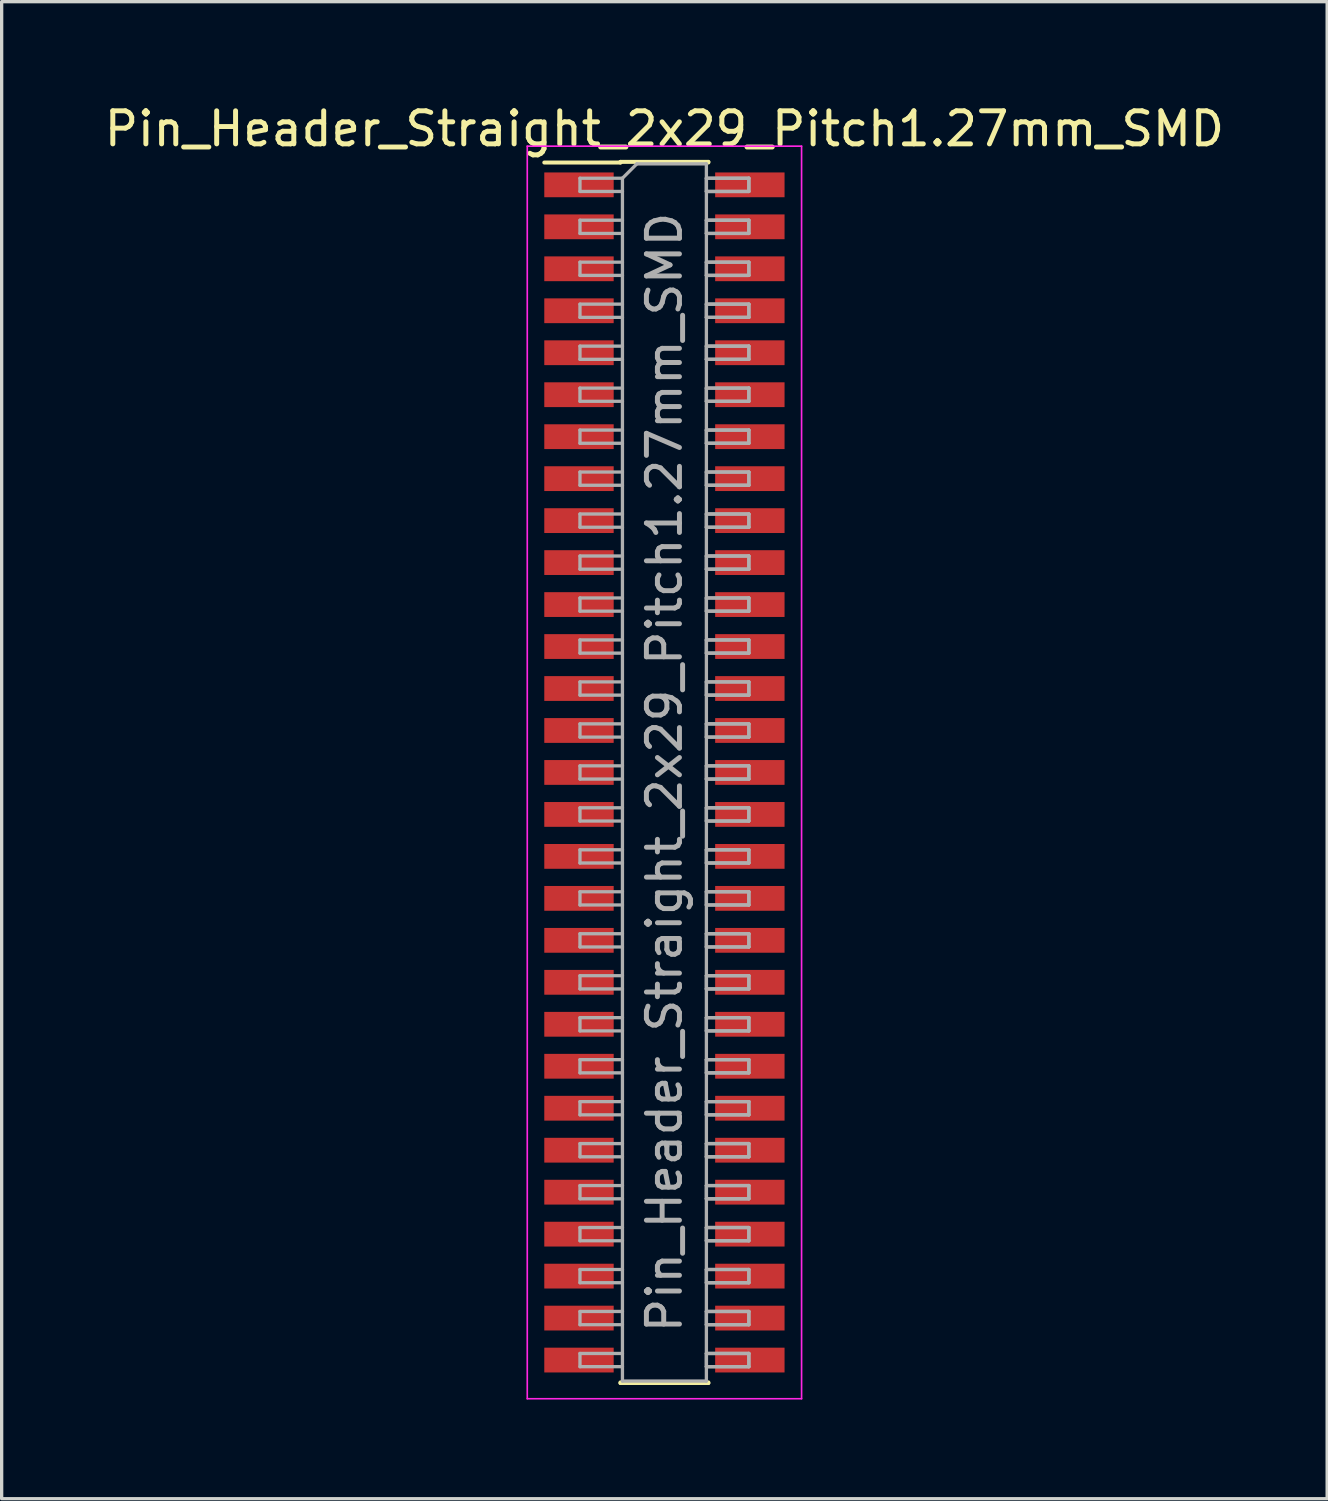
<source format=kicad_pcb>
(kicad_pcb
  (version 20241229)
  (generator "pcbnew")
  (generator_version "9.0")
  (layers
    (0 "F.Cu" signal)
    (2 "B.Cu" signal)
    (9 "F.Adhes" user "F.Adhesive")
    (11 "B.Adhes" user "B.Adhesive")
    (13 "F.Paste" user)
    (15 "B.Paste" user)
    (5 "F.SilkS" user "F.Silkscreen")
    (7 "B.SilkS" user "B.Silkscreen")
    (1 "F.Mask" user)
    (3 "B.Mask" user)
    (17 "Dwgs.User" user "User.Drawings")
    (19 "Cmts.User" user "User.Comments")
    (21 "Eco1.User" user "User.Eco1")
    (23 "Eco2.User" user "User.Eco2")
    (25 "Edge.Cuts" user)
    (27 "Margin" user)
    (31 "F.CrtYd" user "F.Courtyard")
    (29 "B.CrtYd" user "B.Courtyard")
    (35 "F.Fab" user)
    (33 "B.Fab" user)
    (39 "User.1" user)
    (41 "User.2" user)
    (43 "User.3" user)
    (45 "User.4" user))
  (footprint "Pin_Header_Straight_2x29_Pitch1.27mm_SMD"
    (layer "F.Cu")
    (at 17.054 20.323)
    (property "Reference" "Pin_Header_Straight_2x29_Pitch1.27mm_SMD" (at 0 -19.475 0) (layer "F.SilkS") (effects (font (size 1 1) (thickness 0.15))))
    (attr smd)
    (fp_line (start -3.635 -18.455) (end -1.33 -18.455) (stroke (width 0.12) (type solid)) (layer "F.SilkS"))
    (fp_line (start -1.33 -18.475) (end 1.33 -18.475) (stroke (width 0.12) (type solid)) (layer "F.SilkS"))
    (fp_line (start -1.33 -18.455) (end -1.33 -18.475) (stroke (width 0.12) (type solid)) (layer "F.SilkS"))
    (fp_line (start -1.33 18.455) (end -1.33 18.475) (stroke (width 0.12) (type solid)) (layer "F.SilkS"))
    (fp_line (start -1.33 18.475) (end 1.33 18.475) (stroke (width 0.12) (type solid)) (layer "F.SilkS"))
    (fp_line (start 1.33 -18.475) (end 1.33 -18.455) (stroke (width 0.12) (type solid)) (layer "F.SilkS"))
    (fp_line (start 1.33 18.475) (end 1.33 18.455) (stroke (width 0.12) (type solid)) (layer "F.SilkS"))
    (fp_line (start -4.15 -18.95) (end -4.15 18.95) (stroke (width 0.05) (type solid)) (layer "F.CrtYd"))
    (fp_line (start -4.15 18.95) (end 4.15 18.95) (stroke (width 0.05) (type solid)) (layer "F.CrtYd"))
    (fp_line (start 4.15 -18.95) (end -4.15 -18.95) (stroke (width 0.05) (type solid)) (layer "F.CrtYd"))
    (fp_line (start 4.15 18.95) (end 4.15 -18.95) (stroke (width 0.05) (type solid)) (layer "F.CrtYd"))
    (fp_line (start -2.555 -17.98) (end -2.555 -17.58) (stroke (width 0.1) (type solid)) (layer "F.Fab"))
    (fp_line (start -2.555 -17.58) (end -1.27 -17.58) (stroke (width 0.1) (type solid)) (layer "F.Fab"))
    (fp_line (start -2.555 -16.71) (end -2.555 -16.31) (stroke (width 0.1) (type solid)) (layer "F.Fab"))
    (fp_line (start -2.555 -16.31) (end -1.27 -16.31) (stroke (width 0.1) (type solid)) (layer "F.Fab"))
    (fp_line (start -2.555 -15.44) (end -2.555 -15.04) (stroke (width 0.1) (type solid)) (layer "F.Fab"))
    (fp_line (start -2.555 -15.04) (end -1.27 -15.04) (stroke (width 0.1) (type solid)) (layer "F.Fab"))
    (fp_line (start -2.555 -14.17) (end -2.555 -13.77) (stroke (width 0.1) (type solid)) (layer "F.Fab"))
    (fp_line (start -2.555 -13.77) (end -1.27 -13.77) (stroke (width 0.1) (type solid)) (layer "F.Fab"))
    (fp_line (start -2.555 -12.9) (end -2.555 -12.5) (stroke (width 0.1) (type solid)) (layer "F.Fab"))
    (fp_line (start -2.555 -12.5) (end -1.27 -12.5) (stroke (width 0.1) (type solid)) (layer "F.Fab"))
    (fp_line (start -2.555 -11.63) (end -2.555 -11.23) (stroke (width 0.1) (type solid)) (layer "F.Fab"))
    (fp_line (start -2.555 -11.23) (end -1.27 -11.23) (stroke (width 0.1) (type solid)) (layer "F.Fab"))
    (fp_line (start -2.555 -10.36) (end -2.555 -9.96) (stroke (width 0.1) (type solid)) (layer "F.Fab"))
    (fp_line (start -2.555 -9.96) (end -1.27 -9.96) (stroke (width 0.1) (type solid)) (layer "F.Fab"))
    (fp_line (start -2.555 -9.09) (end -2.555 -8.69) (stroke (width 0.1) (type solid)) (layer "F.Fab"))
    (fp_line (start -2.555 -8.69) (end -1.27 -8.69) (stroke (width 0.1) (type solid)) (layer "F.Fab"))
    (fp_line (start -2.555 -7.82) (end -2.555 -7.42) (stroke (width 0.1) (type solid)) (layer "F.Fab"))
    (fp_line (start -2.555 -7.42) (end -1.27 -7.42) (stroke (width 0.1) (type solid)) (layer "F.Fab"))
    (fp_line (start -2.555 -6.55) (end -2.555 -6.15) (stroke (width 0.1) (type solid)) (layer "F.Fab"))
    (fp_line (start -2.555 -6.15) (end -1.27 -6.15) (stroke (width 0.1) (type solid)) (layer "F.Fab"))
    (fp_line (start -2.555 -5.28) (end -2.555 -4.88) (stroke (width 0.1) (type solid)) (layer "F.Fab"))
    (fp_line (start -2.555 -4.88) (end -1.27 -4.88) (stroke (width 0.1) (type solid)) (layer "F.Fab"))
    (fp_line (start -2.555 -4.01) (end -2.555 -3.61) (stroke (width 0.1) (type solid)) (layer "F.Fab"))
    (fp_line (start -2.555 -3.61) (end -1.27 -3.61) (stroke (width 0.1) (type solid)) (layer "F.Fab"))
    (fp_line (start -2.555 -2.74) (end -2.555 -2.34) (stroke (width 0.1) (type solid)) (layer "F.Fab"))
    (fp_line (start -2.555 -2.34) (end -1.27 -2.34) (stroke (width 0.1) (type solid)) (layer "F.Fab"))
    (fp_line (start -2.555 -1.47) (end -2.555 -1.07) (stroke (width 0.1) (type solid)) (layer "F.Fab"))
    (fp_line (start -2.555 -1.07) (end -1.27 -1.07) (stroke (width 0.1) (type solid)) (layer "F.Fab"))
    (fp_line (start -2.555 -0.2) (end -2.555 0.2) (stroke (width 0.1) (type solid)) (layer "F.Fab"))
    (fp_line (start -2.555 0.2) (end -1.27 0.2) (stroke (width 0.1) (type solid)) (layer "F.Fab"))
    (fp_line (start -2.555 1.07) (end -2.555 1.47) (stroke (width 0.1) (type solid)) (layer "F.Fab"))
    (fp_line (start -2.555 1.47) (end -1.27 1.47) (stroke (width 0.1) (type solid)) (layer "F.Fab"))
    (fp_line (start -2.555 2.34) (end -2.555 2.74) (stroke (width 0.1) (type solid)) (layer "F.Fab"))
    (fp_line (start -2.555 2.74) (end -1.27 2.74) (stroke (width 0.1) (type solid)) (layer "F.Fab"))
    (fp_line (start -2.555 3.61) (end -2.555 4.01) (stroke (width 0.1) (type solid)) (layer "F.Fab"))
    (fp_line (start -2.555 4.01) (end -1.27 4.01) (stroke (width 0.1) (type solid)) (layer "F.Fab"))
    (fp_line (start -2.555 4.88) (end -2.555 5.28) (stroke (width 0.1) (type solid)) (layer "F.Fab"))
    (fp_line (start -2.555 5.28) (end -1.27 5.28) (stroke (width 0.1) (type solid)) (layer "F.Fab"))
    (fp_line (start -2.555 6.15) (end -2.555 6.55) (stroke (width 0.1) (type solid)) (layer "F.Fab"))
    (fp_line (start -2.555 6.55) (end -1.27 6.55) (stroke (width 0.1) (type solid)) (layer "F.Fab"))
    (fp_line (start -2.555 7.42) (end -2.555 7.82) (stroke (width 0.1) (type solid)) (layer "F.Fab"))
    (fp_line (start -2.555 7.82) (end -1.27 7.82) (stroke (width 0.1) (type solid)) (layer "F.Fab"))
    (fp_line (start -2.555 8.69) (end -2.555 9.09) (stroke (width 0.1) (type solid)) (layer "F.Fab"))
    (fp_line (start -2.555 9.09) (end -1.27 9.09) (stroke (width 0.1) (type solid)) (layer "F.Fab"))
    (fp_line (start -2.555 9.96) (end -2.555 10.36) (stroke (width 0.1) (type solid)) (layer "F.Fab"))
    (fp_line (start -2.555 10.36) (end -1.27 10.36) (stroke (width 0.1) (type solid)) (layer "F.Fab"))
    (fp_line (start -2.555 11.23) (end -2.555 11.63) (stroke (width 0.1) (type solid)) (layer "F.Fab"))
    (fp_line (start -2.555 11.63) (end -1.27 11.63) (stroke (width 0.1) (type solid)) (layer "F.Fab"))
    (fp_line (start -2.555 12.5) (end -2.555 12.9) (stroke (width 0.1) (type solid)) (layer "F.Fab"))
    (fp_line (start -2.555 12.9) (end -1.27 12.9) (stroke (width 0.1) (type solid)) (layer "F.Fab"))
    (fp_line (start -2.555 13.77) (end -2.555 14.17) (stroke (width 0.1) (type solid)) (layer "F.Fab"))
    (fp_line (start -2.555 14.17) (end -1.27 14.17) (stroke (width 0.1) (type solid)) (layer "F.Fab"))
    (fp_line (start -2.555 15.04) (end -2.555 15.44) (stroke (width 0.1) (type solid)) (layer "F.Fab"))
    (fp_line (start -2.555 15.44) (end -1.27 15.44) (stroke (width 0.1) (type solid)) (layer "F.Fab"))
    (fp_line (start -2.555 16.31) (end -2.555 16.71) (stroke (width 0.1) (type solid)) (layer "F.Fab"))
    (fp_line (start -2.555 16.71) (end -1.27 16.71) (stroke (width 0.1) (type solid)) (layer "F.Fab"))
    (fp_line (start -2.555 17.58) (end -2.555 17.98) (stroke (width 0.1) (type solid)) (layer "F.Fab"))
    (fp_line (start -2.555 17.98) (end -1.27 17.98) (stroke (width 0.1) (type solid)) (layer "F.Fab"))
    (fp_line (start -1.27 -17.98) (end -2.555 -17.98) (stroke (width 0.1) (type solid)) (layer "F.Fab"))
    (fp_line (start -1.27 -17.98) (end -0.835 -18.415) (stroke (width 0.1) (type solid)) (layer "F.Fab"))
    (fp_line (start -1.27 -16.71) (end -2.555 -16.71) (stroke (width 0.1) (type solid)) (layer "F.Fab"))
    (fp_line (start -1.27 -15.44) (end -2.555 -15.44) (stroke (width 0.1) (type solid)) (layer "F.Fab"))
    (fp_line (start -1.27 -14.17) (end -2.555 -14.17) (stroke (width 0.1) (type solid)) (layer "F.Fab"))
    (fp_line (start -1.27 -12.9) (end -2.555 -12.9) (stroke (width 0.1) (type solid)) (layer "F.Fab"))
    (fp_line (start -1.27 -11.63) (end -2.555 -11.63) (stroke (width 0.1) (type solid)) (layer "F.Fab"))
    (fp_line (start -1.27 -10.36) (end -2.555 -10.36) (stroke (width 0.1) (type solid)) (layer "F.Fab"))
    (fp_line (start -1.27 -9.09) (end -2.555 -9.09) (stroke (width 0.1) (type solid)) (layer "F.Fab"))
    (fp_line (start -1.27 -7.82) (end -2.555 -7.82) (stroke (width 0.1) (type solid)) (layer "F.Fab"))
    (fp_line (start -1.27 -6.55) (end -2.555 -6.55) (stroke (width 0.1) (type solid)) (layer "F.Fab"))
    (fp_line (start -1.27 -5.28) (end -2.555 -5.28) (stroke (width 0.1) (type solid)) (layer "F.Fab"))
    (fp_line (start -1.27 -4.01) (end -2.555 -4.01) (stroke (width 0.1) (type solid)) (layer "F.Fab"))
    (fp_line (start -1.27 -2.74) (end -2.555 -2.74) (stroke (width 0.1) (type solid)) (layer "F.Fab"))
    (fp_line (start -1.27 -1.47) (end -2.555 -1.47) (stroke (width 0.1) (type solid)) (layer "F.Fab"))
    (fp_line (start -1.27 -0.2) (end -2.555 -0.2) (stroke (width 0.1) (type solid)) (layer "F.Fab"))
    (fp_line (start -1.27 1.07) (end -2.555 1.07) (stroke (width 0.1) (type solid)) (layer "F.Fab"))
    (fp_line (start -1.27 2.34) (end -2.555 2.34) (stroke (width 0.1) (type solid)) (layer "F.Fab"))
    (fp_line (start -1.27 3.61) (end -2.555 3.61) (stroke (width 0.1) (type solid)) (layer "F.Fab"))
    (fp_line (start -1.27 4.88) (end -2.555 4.88) (stroke (width 0.1) (type solid)) (layer "F.Fab"))
    (fp_line (start -1.27 6.15) (end -2.555 6.15) (stroke (width 0.1) (type solid)) (layer "F.Fab"))
    (fp_line (start -1.27 7.42) (end -2.555 7.42) (stroke (width 0.1) (type solid)) (layer "F.Fab"))
    (fp_line (start -1.27 8.69) (end -2.555 8.69) (stroke (width 0.1) (type solid)) (layer "F.Fab"))
    (fp_line (start -1.27 9.96) (end -2.555 9.96) (stroke (width 0.1) (type solid)) (layer "F.Fab"))
    (fp_line (start -1.27 11.23) (end -2.555 11.23) (stroke (width 0.1) (type solid)) (layer "F.Fab"))
    (fp_line (start -1.27 12.5) (end -2.555 12.5) (stroke (width 0.1) (type solid)) (layer "F.Fab"))
    (fp_line (start -1.27 13.77) (end -2.555 13.77) (stroke (width 0.1) (type solid)) (layer "F.Fab"))
    (fp_line (start -1.27 15.04) (end -2.555 15.04) (stroke (width 0.1) (type solid)) (layer "F.Fab"))
    (fp_line (start -1.27 16.31) (end -2.555 16.31) (stroke (width 0.1) (type solid)) (layer "F.Fab"))
    (fp_line (start -1.27 17.58) (end -2.555 17.58) (stroke (width 0.1) (type solid)) (layer "F.Fab"))
    (fp_line (start -1.27 18.415) (end -1.27 -17.98) (stroke (width 0.1) (type solid)) (layer "F.Fab"))
    (fp_line (start -0.835 -18.415) (end 1.27 -18.415) (stroke (width 0.1) (type solid)) (layer "F.Fab"))
    (fp_line (start 1.27 -18.415) (end 1.27 18.415) (stroke (width 0.1) (type solid)) (layer "F.Fab"))
    (fp_line (start 1.27 -17.98) (end 1.27 -17.58) (stroke (width 0.1) (type solid)) (layer "F.Fab"))
    (fp_line (start 1.27 -17.98) (end 2.555 -17.98) (stroke (width 0.1) (type solid)) (layer "F.Fab"))
    (fp_line (start 1.27 -17.58) (end 2.555 -17.58) (stroke (width 0.1) (type solid)) (layer "F.Fab"))
    (fp_line (start 1.27 -16.71) (end 1.27 -16.31) (stroke (width 0.1) (type solid)) (layer "F.Fab"))
    (fp_line (start 1.27 -16.71) (end 2.555 -16.71) (stroke (width 0.1) (type solid)) (layer "F.Fab"))
    (fp_line (start 1.27 -16.31) (end 2.555 -16.31) (stroke (width 0.1) (type solid)) (layer "F.Fab"))
    (fp_line (start 1.27 -15.44) (end 1.27 -15.04) (stroke (width 0.1) (type solid)) (layer "F.Fab"))
    (fp_line (start 1.27 -15.44) (end 2.555 -15.44) (stroke (width 0.1) (type solid)) (layer "F.Fab"))
    (fp_line (start 1.27 -15.04) (end 2.555 -15.04) (stroke (width 0.1) (type solid)) (layer "F.Fab"))
    (fp_line (start 1.27 -14.17) (end 1.27 -13.77) (stroke (width 0.1) (type solid)) (layer "F.Fab"))
    (fp_line (start 1.27 -14.17) (end 2.555 -14.17) (stroke (width 0.1) (type solid)) (layer "F.Fab"))
    (fp_line (start 1.27 -13.77) (end 2.555 -13.77) (stroke (width 0.1) (type solid)) (layer "F.Fab"))
    (fp_line (start 1.27 -12.9) (end 1.27 -12.5) (stroke (width 0.1) (type solid)) (layer "F.Fab"))
    (fp_line (start 1.27 -12.9) (end 2.555 -12.9) (stroke (width 0.1) (type solid)) (layer "F.Fab"))
    (fp_line (start 1.27 -12.5) (end 2.555 -12.5) (stroke (width 0.1) (type solid)) (layer "F.Fab"))
    (fp_line (start 1.27 -11.63) (end 1.27 -11.23) (stroke (width 0.1) (type solid)) (layer "F.Fab"))
    (fp_line (start 1.27 -11.63) (end 2.555 -11.63) (stroke (width 0.1) (type solid)) (layer "F.Fab"))
    (fp_line (start 1.27 -11.23) (end 2.555 -11.23) (stroke (width 0.1) (type solid)) (layer "F.Fab"))
    (fp_line (start 1.27 -10.36) (end 1.27 -9.96) (stroke (width 0.1) (type solid)) (layer "F.Fab"))
    (fp_line (start 1.27 -10.36) (end 2.555 -10.36) (stroke (width 0.1) (type solid)) (layer "F.Fab"))
    (fp_line (start 1.27 -9.96) (end 2.555 -9.96) (stroke (width 0.1) (type solid)) (layer "F.Fab"))
    (fp_line (start 1.27 -9.09) (end 1.27 -8.69) (stroke (width 0.1) (type solid)) (layer "F.Fab"))
    (fp_line (start 1.27 -9.09) (end 2.555 -9.09) (stroke (width 0.1) (type solid)) (layer "F.Fab"))
    (fp_line (start 1.27 -8.69) (end 2.555 -8.69) (stroke (width 0.1) (type solid)) (layer "F.Fab"))
    (fp_line (start 1.27 -7.82) (end 1.27 -7.42) (stroke (width 0.1) (type solid)) (layer "F.Fab"))
    (fp_line (start 1.27 -7.82) (end 2.555 -7.82) (stroke (width 0.1) (type solid)) (layer "F.Fab"))
    (fp_line (start 1.27 -7.42) (end 2.555 -7.42) (stroke (width 0.1) (type solid)) (layer "F.Fab"))
    (fp_line (start 1.27 -6.55) (end 1.27 -6.15) (stroke (width 0.1) (type solid)) (layer "F.Fab"))
    (fp_line (start 1.27 -6.55) (end 2.555 -6.55) (stroke (width 0.1) (type solid)) (layer "F.Fab"))
    (fp_line (start 1.27 -6.15) (end 2.555 -6.15) (stroke (width 0.1) (type solid)) (layer "F.Fab"))
    (fp_line (start 1.27 -5.28) (end 1.27 -4.88) (stroke (width 0.1) (type solid)) (layer "F.Fab"))
    (fp_line (start 1.27 -5.28) (end 2.555 -5.28) (stroke (width 0.1) (type solid)) (layer "F.Fab"))
    (fp_line (start 1.27 -4.88) (end 2.555 -4.88) (stroke (width 0.1) (type solid)) (layer "F.Fab"))
    (fp_line (start 1.27 -4.01) (end 1.27 -3.61) (stroke (width 0.1) (type solid)) (layer "F.Fab"))
    (fp_line (start 1.27 -4.01) (end 2.555 -4.01) (stroke (width 0.1) (type solid)) (layer "F.Fab"))
    (fp_line (start 1.27 -3.61) (end 2.555 -3.61) (stroke (width 0.1) (type solid)) (layer "F.Fab"))
    (fp_line (start 1.27 -2.74) (end 1.27 -2.34) (stroke (width 0.1) (type solid)) (layer "F.Fab"))
    (fp_line (start 1.27 -2.74) (end 2.555 -2.74) (stroke (width 0.1) (type solid)) (layer "F.Fab"))
    (fp_line (start 1.27 -2.34) (end 2.555 -2.34) (stroke (width 0.1) (type solid)) (layer "F.Fab"))
    (fp_line (start 1.27 -1.47) (end 1.27 -1.07) (stroke (width 0.1) (type solid)) (layer "F.Fab"))
    (fp_line (start 1.27 -1.47) (end 2.555 -1.47) (stroke (width 0.1) (type solid)) (layer "F.Fab"))
    (fp_line (start 1.27 -1.07) (end 2.555 -1.07) (stroke (width 0.1) (type solid)) (layer "F.Fab"))
    (fp_line (start 1.27 -0.2) (end 1.27 0.2) (stroke (width 0.1) (type solid)) (layer "F.Fab"))
    (fp_line (start 1.27 -0.2) (end 2.555 -0.2) (stroke (width 0.1) (type solid)) (layer "F.Fab"))
    (fp_line (start 1.27 0.2) (end 2.555 0.2) (stroke (width 0.1) (type solid)) (layer "F.Fab"))
    (fp_line (start 1.27 1.07) (end 1.27 1.47) (stroke (width 0.1) (type solid)) (layer "F.Fab"))
    (fp_line (start 1.27 1.07) (end 2.555 1.07) (stroke (width 0.1) (type solid)) (layer "F.Fab"))
    (fp_line (start 1.27 1.47) (end 2.555 1.47) (stroke (width 0.1) (type solid)) (layer "F.Fab"))
    (fp_line (start 1.27 2.34) (end 1.27 2.74) (stroke (width 0.1) (type solid)) (layer "F.Fab"))
    (fp_line (start 1.27 2.34) (end 2.555 2.34) (stroke (width 0.1) (type solid)) (layer "F.Fab"))
    (fp_line (start 1.27 2.74) (end 2.555 2.74) (stroke (width 0.1) (type solid)) (layer "F.Fab"))
    (fp_line (start 1.27 3.61) (end 1.27 4.01) (stroke (width 0.1) (type solid)) (layer "F.Fab"))
    (fp_line (start 1.27 3.61) (end 2.555 3.61) (stroke (width 0.1) (type solid)) (layer "F.Fab"))
    (fp_line (start 1.27 4.01) (end 2.555 4.01) (stroke (width 0.1) (type solid)) (layer "F.Fab"))
    (fp_line (start 1.27 4.88) (end 1.27 5.28) (stroke (width 0.1) (type solid)) (layer "F.Fab"))
    (fp_line (start 1.27 4.88) (end 2.555 4.88) (stroke (width 0.1) (type solid)) (layer "F.Fab"))
    (fp_line (start 1.27 5.28) (end 2.555 5.28) (stroke (width 0.1) (type solid)) (layer "F.Fab"))
    (fp_line (start 1.27 6.15) (end 1.27 6.55) (stroke (width 0.1) (type solid)) (layer "F.Fab"))
    (fp_line (start 1.27 6.15) (end 2.555 6.15) (stroke (width 0.1) (type solid)) (layer "F.Fab"))
    (fp_line (start 1.27 6.55) (end 2.555 6.55) (stroke (width 0.1) (type solid)) (layer "F.Fab"))
    (fp_line (start 1.27 7.42) (end 1.27 7.82) (stroke (width 0.1) (type solid)) (layer "F.Fab"))
    (fp_line (start 1.27 7.42) (end 2.555 7.42) (stroke (width 0.1) (type solid)) (layer "F.Fab"))
    (fp_line (start 1.27 7.82) (end 2.555 7.82) (stroke (width 0.1) (type solid)) (layer "F.Fab"))
    (fp_line (start 1.27 8.69) (end 1.27 9.09) (stroke (width 0.1) (type solid)) (layer "F.Fab"))
    (fp_line (start 1.27 8.69) (end 2.555 8.69) (stroke (width 0.1) (type solid)) (layer "F.Fab"))
    (fp_line (start 1.27 9.09) (end 2.555 9.09) (stroke (width 0.1) (type solid)) (layer "F.Fab"))
    (fp_line (start 1.27 9.96) (end 1.27 10.36) (stroke (width 0.1) (type solid)) (layer "F.Fab"))
    (fp_line (start 1.27 9.96) (end 2.555 9.96) (stroke (width 0.1) (type solid)) (layer "F.Fab"))
    (fp_line (start 1.27 10.36) (end 2.555 10.36) (stroke (width 0.1) (type solid)) (layer "F.Fab"))
    (fp_line (start 1.27 11.23) (end 1.27 11.63) (stroke (width 0.1) (type solid)) (layer "F.Fab"))
    (fp_line (start 1.27 11.23) (end 2.555 11.23) (stroke (width 0.1) (type solid)) (layer "F.Fab"))
    (fp_line (start 1.27 11.63) (end 2.555 11.63) (stroke (width 0.1) (type solid)) (layer "F.Fab"))
    (fp_line (start 1.27 12.5) (end 1.27 12.9) (stroke (width 0.1) (type solid)) (layer "F.Fab"))
    (fp_line (start 1.27 12.5) (end 2.555 12.5) (stroke (width 0.1) (type solid)) (layer "F.Fab"))
    (fp_line (start 1.27 12.9) (end 2.555 12.9) (stroke (width 0.1) (type solid)) (layer "F.Fab"))
    (fp_line (start 1.27 13.77) (end 1.27 14.17) (stroke (width 0.1) (type solid)) (layer "F.Fab"))
    (fp_line (start 1.27 13.77) (end 2.555 13.77) (stroke (width 0.1) (type solid)) (layer "F.Fab"))
    (fp_line (start 1.27 14.17) (end 2.555 14.17) (stroke (width 0.1) (type solid)) (layer "F.Fab"))
    (fp_line (start 1.27 15.04) (end 1.27 15.44) (stroke (width 0.1) (type solid)) (layer "F.Fab"))
    (fp_line (start 1.27 15.04) (end 2.555 15.04) (stroke (width 0.1) (type solid)) (layer "F.Fab"))
    (fp_line (start 1.27 15.44) (end 2.555 15.44) (stroke (width 0.1) (type solid)) (layer "F.Fab"))
    (fp_line (start 1.27 16.31) (end 1.27 16.71) (stroke (width 0.1) (type solid)) (layer "F.Fab"))
    (fp_line (start 1.27 16.31) (end 2.555 16.31) (stroke (width 0.1) (type solid)) (layer "F.Fab"))
    (fp_line (start 1.27 16.71) (end 2.555 16.71) (stroke (width 0.1) (type solid)) (layer "F.Fab"))
    (fp_line (start 1.27 17.58) (end 1.27 17.98) (stroke (width 0.1) (type solid)) (layer "F.Fab"))
    (fp_line (start 1.27 17.58) (end 2.555 17.58) (stroke (width 0.1) (type solid)) (layer "F.Fab"))
    (fp_line (start 1.27 17.98) (end 2.555 17.98) (stroke (width 0.1) (type solid)) (layer "F.Fab"))
    (fp_line (start 1.27 18.415) (end -1.27 18.415) (stroke (width 0.1) (type solid)) (layer "F.Fab"))
    (fp_line (start 2.555 -17.98) (end 1.27 -17.98) (stroke (width 0.1) (type solid)) (layer "F.Fab"))
    (fp_line (start 2.555 -17.98) (end 2.555 -17.58) (stroke (width 0.1) (type solid)) (layer "F.Fab"))
    (fp_line (start 2.555 -17.58) (end 1.27 -17.58) (stroke (width 0.1) (type solid)) (layer "F.Fab"))
    (fp_line (start 2.555 -17.58) (end 2.555 -17.98) (stroke (width 0.1) (type solid)) (layer "F.Fab"))
    (fp_line (start 2.555 -16.71) (end 1.27 -16.71) (stroke (width 0.1) (type solid)) (layer "F.Fab"))
    (fp_line (start 2.555 -16.71) (end 2.555 -16.31) (stroke (width 0.1) (type solid)) (layer "F.Fab"))
    (fp_line (start 2.555 -16.31) (end 1.27 -16.31) (stroke (width 0.1) (type solid)) (layer "F.Fab"))
    (fp_line (start 2.555 -16.31) (end 2.555 -16.71) (stroke (width 0.1) (type solid)) (layer "F.Fab"))
    (fp_line (start 2.555 -15.44) (end 1.27 -15.44) (stroke (width 0.1) (type solid)) (layer "F.Fab"))
    (fp_line (start 2.555 -15.44) (end 2.555 -15.04) (stroke (width 0.1) (type solid)) (layer "F.Fab"))
    (fp_line (start 2.555 -15.04) (end 1.27 -15.04) (stroke (width 0.1) (type solid)) (layer "F.Fab"))
    (fp_line (start 2.555 -15.04) (end 2.555 -15.44) (stroke (width 0.1) (type solid)) (layer "F.Fab"))
    (fp_line (start 2.555 -14.17) (end 1.27 -14.17) (stroke (width 0.1) (type solid)) (layer "F.Fab"))
    (fp_line (start 2.555 -14.17) (end 2.555 -13.77) (stroke (width 0.1) (type solid)) (layer "F.Fab"))
    (fp_line (start 2.555 -13.77) (end 1.27 -13.77) (stroke (width 0.1) (type solid)) (layer "F.Fab"))
    (fp_line (start 2.555 -13.77) (end 2.555 -14.17) (stroke (width 0.1) (type solid)) (layer "F.Fab"))
    (fp_line (start 2.555 -12.9) (end 1.27 -12.9) (stroke (width 0.1) (type solid)) (layer "F.Fab"))
    (fp_line (start 2.555 -12.9) (end 2.555 -12.5) (stroke (width 0.1) (type solid)) (layer "F.Fab"))
    (fp_line (start 2.555 -12.5) (end 1.27 -12.5) (stroke (width 0.1) (type solid)) (layer "F.Fab"))
    (fp_line (start 2.555 -12.5) (end 2.555 -12.9) (stroke (width 0.1) (type solid)) (layer "F.Fab"))
    (fp_line (start 2.555 -11.63) (end 1.27 -11.63) (stroke (width 0.1) (type solid)) (layer "F.Fab"))
    (fp_line (start 2.555 -11.63) (end 2.555 -11.23) (stroke (width 0.1) (type solid)) (layer "F.Fab"))
    (fp_line (start 2.555 -11.23) (end 1.27 -11.23) (stroke (width 0.1) (type solid)) (layer "F.Fab"))
    (fp_line (start 2.555 -11.23) (end 2.555 -11.63) (stroke (width 0.1) (type solid)) (layer "F.Fab"))
    (fp_line (start 2.555 -10.36) (end 1.27 -10.36) (stroke (width 0.1) (type solid)) (layer "F.Fab"))
    (fp_line (start 2.555 -10.36) (end 2.555 -9.96) (stroke (width 0.1) (type solid)) (layer "F.Fab"))
    (fp_line (start 2.555 -9.96) (end 1.27 -9.96) (stroke (width 0.1) (type solid)) (layer "F.Fab"))
    (fp_line (start 2.555 -9.96) (end 2.555 -10.36) (stroke (width 0.1) (type solid)) (layer "F.Fab"))
    (fp_line (start 2.555 -9.09) (end 1.27 -9.09) (stroke (width 0.1) (type solid)) (layer "F.Fab"))
    (fp_line (start 2.555 -9.09) (end 2.555 -8.69) (stroke (width 0.1) (type solid)) (layer "F.Fab"))
    (fp_line (start 2.555 -8.69) (end 1.27 -8.69) (stroke (width 0.1) (type solid)) (layer "F.Fab"))
    (fp_line (start 2.555 -8.69) (end 2.555 -9.09) (stroke (width 0.1) (type solid)) (layer "F.Fab"))
    (fp_line (start 2.555 -7.82) (end 1.27 -7.82) (stroke (width 0.1) (type solid)) (layer "F.Fab"))
    (fp_line (start 2.555 -7.82) (end 2.555 -7.42) (stroke (width 0.1) (type solid)) (layer "F.Fab"))
    (fp_line (start 2.555 -7.42) (end 1.27 -7.42) (stroke (width 0.1) (type solid)) (layer "F.Fab"))
    (fp_line (start 2.555 -7.42) (end 2.555 -7.82) (stroke (width 0.1) (type solid)) (layer "F.Fab"))
    (fp_line (start 2.555 -6.55) (end 1.27 -6.55) (stroke (width 0.1) (type solid)) (layer "F.Fab"))
    (fp_line (start 2.555 -6.55) (end 2.555 -6.15) (stroke (width 0.1) (type solid)) (layer "F.Fab"))
    (fp_line (start 2.555 -6.15) (end 1.27 -6.15) (stroke (width 0.1) (type solid)) (layer "F.Fab"))
    (fp_line (start 2.555 -6.15) (end 2.555 -6.55) (stroke (width 0.1) (type solid)) (layer "F.Fab"))
    (fp_line (start 2.555 -5.28) (end 1.27 -5.28) (stroke (width 0.1) (type solid)) (layer "F.Fab"))
    (fp_line (start 2.555 -5.28) (end 2.555 -4.88) (stroke (width 0.1) (type solid)) (layer "F.Fab"))
    (fp_line (start 2.555 -4.88) (end 1.27 -4.88) (stroke (width 0.1) (type solid)) (layer "F.Fab"))
    (fp_line (start 2.555 -4.88) (end 2.555 -5.28) (stroke (width 0.1) (type solid)) (layer "F.Fab"))
    (fp_line (start 2.555 -4.01) (end 1.27 -4.01) (stroke (width 0.1) (type solid)) (layer "F.Fab"))
    (fp_line (start 2.555 -4.01) (end 2.555 -3.61) (stroke (width 0.1) (type solid)) (layer "F.Fab"))
    (fp_line (start 2.555 -3.61) (end 1.27 -3.61) (stroke (width 0.1) (type solid)) (layer "F.Fab"))
    (fp_line (start 2.555 -3.61) (end 2.555 -4.01) (stroke (width 0.1) (type solid)) (layer "F.Fab"))
    (fp_line (start 2.555 -2.74) (end 1.27 -2.74) (stroke (width 0.1) (type solid)) (layer "F.Fab"))
    (fp_line (start 2.555 -2.74) (end 2.555 -2.34) (stroke (width 0.1) (type solid)) (layer "F.Fab"))
    (fp_line (start 2.555 -2.34) (end 1.27 -2.34) (stroke (width 0.1) (type solid)) (layer "F.Fab"))
    (fp_line (start 2.555 -2.34) (end 2.555 -2.74) (stroke (width 0.1) (type solid)) (layer "F.Fab"))
    (fp_line (start 2.555 -1.47) (end 1.27 -1.47) (stroke (width 0.1) (type solid)) (layer "F.Fab"))
    (fp_line (start 2.555 -1.47) (end 2.555 -1.07) (stroke (width 0.1) (type solid)) (layer "F.Fab"))
    (fp_line (start 2.555 -1.07) (end 1.27 -1.07) (stroke (width 0.1) (type solid)) (layer "F.Fab"))
    (fp_line (start 2.555 -1.07) (end 2.555 -1.47) (stroke (width 0.1) (type solid)) (layer "F.Fab"))
    (fp_line (start 2.555 -0.2) (end 1.27 -0.2) (stroke (width 0.1) (type solid)) (layer "F.Fab"))
    (fp_line (start 2.555 -0.2) (end 2.555 0.2) (stroke (width 0.1) (type solid)) (layer "F.Fab"))
    (fp_line (start 2.555 0.2) (end 1.27 0.2) (stroke (width 0.1) (type solid)) (layer "F.Fab"))
    (fp_line (start 2.555 0.2) (end 2.555 -0.2) (stroke (width 0.1) (type solid)) (layer "F.Fab"))
    (fp_line (start 2.555 1.07) (end 1.27 1.07) (stroke (width 0.1) (type solid)) (layer "F.Fab"))
    (fp_line (start 2.555 1.07) (end 2.555 1.47) (stroke (width 0.1) (type solid)) (layer "F.Fab"))
    (fp_line (start 2.555 1.47) (end 1.27 1.47) (stroke (width 0.1) (type solid)) (layer "F.Fab"))
    (fp_line (start 2.555 1.47) (end 2.555 1.07) (stroke (width 0.1) (type solid)) (layer "F.Fab"))
    (fp_line (start 2.555 2.34) (end 1.27 2.34) (stroke (width 0.1) (type solid)) (layer "F.Fab"))
    (fp_line (start 2.555 2.34) (end 2.555 2.74) (stroke (width 0.1) (type solid)) (layer "F.Fab"))
    (fp_line (start 2.555 2.74) (end 1.27 2.74) (stroke (width 0.1) (type solid)) (layer "F.Fab"))
    (fp_line (start 2.555 2.74) (end 2.555 2.34) (stroke (width 0.1) (type solid)) (layer "F.Fab"))
    (fp_line (start 2.555 3.61) (end 1.27 3.61) (stroke (width 0.1) (type solid)) (layer "F.Fab"))
    (fp_line (start 2.555 3.61) (end 2.555 4.01) (stroke (width 0.1) (type solid)) (layer "F.Fab"))
    (fp_line (start 2.555 4.01) (end 1.27 4.01) (stroke (width 0.1) (type solid)) (layer "F.Fab"))
    (fp_line (start 2.555 4.01) (end 2.555 3.61) (stroke (width 0.1) (type solid)) (layer "F.Fab"))
    (fp_line (start 2.555 4.88) (end 1.27 4.88) (stroke (width 0.1) (type solid)) (layer "F.Fab"))
    (fp_line (start 2.555 4.88) (end 2.555 5.28) (stroke (width 0.1) (type solid)) (layer "F.Fab"))
    (fp_line (start 2.555 5.28) (end 1.27 5.28) (stroke (width 0.1) (type solid)) (layer "F.Fab"))
    (fp_line (start 2.555 5.28) (end 2.555 4.88) (stroke (width 0.1) (type solid)) (layer "F.Fab"))
    (fp_line (start 2.555 6.15) (end 1.27 6.15) (stroke (width 0.1) (type solid)) (layer "F.Fab"))
    (fp_line (start 2.555 6.15) (end 2.555 6.55) (stroke (width 0.1) (type solid)) (layer "F.Fab"))
    (fp_line (start 2.555 6.55) (end 1.27 6.55) (stroke (width 0.1) (type solid)) (layer "F.Fab"))
    (fp_line (start 2.555 6.55) (end 2.555 6.15) (stroke (width 0.1) (type solid)) (layer "F.Fab"))
    (fp_line (start 2.555 7.42) (end 1.27 7.42) (stroke (width 0.1) (type solid)) (layer "F.Fab"))
    (fp_line (start 2.555 7.42) (end 2.555 7.82) (stroke (width 0.1) (type solid)) (layer "F.Fab"))
    (fp_line (start 2.555 7.82) (end 1.27 7.82) (stroke (width 0.1) (type solid)) (layer "F.Fab"))
    (fp_line (start 2.555 7.82) (end 2.555 7.42) (stroke (width 0.1) (type solid)) (layer "F.Fab"))
    (fp_line (start 2.555 8.69) (end 1.27 8.69) (stroke (width 0.1) (type solid)) (layer "F.Fab"))
    (fp_line (start 2.555 8.69) (end 2.555 9.09) (stroke (width 0.1) (type solid)) (layer "F.Fab"))
    (fp_line (start 2.555 9.09) (end 1.27 9.09) (stroke (width 0.1) (type solid)) (layer "F.Fab"))
    (fp_line (start 2.555 9.09) (end 2.555 8.69) (stroke (width 0.1) (type solid)) (layer "F.Fab"))
    (fp_line (start 2.555 9.96) (end 1.27 9.96) (stroke (width 0.1) (type solid)) (layer "F.Fab"))
    (fp_line (start 2.555 9.96) (end 2.555 10.36) (stroke (width 0.1) (type solid)) (layer "F.Fab"))
    (fp_line (start 2.555 10.36) (end 1.27 10.36) (stroke (width 0.1) (type solid)) (layer "F.Fab"))
    (fp_line (start 2.555 10.36) (end 2.555 9.96) (stroke (width 0.1) (type solid)) (layer "F.Fab"))
    (fp_line (start 2.555 11.23) (end 1.27 11.23) (stroke (width 0.1) (type solid)) (layer "F.Fab"))
    (fp_line (start 2.555 11.23) (end 2.555 11.63) (stroke (width 0.1) (type solid)) (layer "F.Fab"))
    (fp_line (start 2.555 11.63) (end 1.27 11.63) (stroke (width 0.1) (type solid)) (layer "F.Fab"))
    (fp_line (start 2.555 11.63) (end 2.555 11.23) (stroke (width 0.1) (type solid)) (layer "F.Fab"))
    (fp_line (start 2.555 12.5) (end 1.27 12.5) (stroke (width 0.1) (type solid)) (layer "F.Fab"))
    (fp_line (start 2.555 12.5) (end 2.555 12.9) (stroke (width 0.1) (type solid)) (layer "F.Fab"))
    (fp_line (start 2.555 12.9) (end 1.27 12.9) (stroke (width 0.1) (type solid)) (layer "F.Fab"))
    (fp_line (start 2.555 12.9) (end 2.555 12.5) (stroke (width 0.1) (type solid)) (layer "F.Fab"))
    (fp_line (start 2.555 13.77) (end 1.27 13.77) (stroke (width 0.1) (type solid)) (layer "F.Fab"))
    (fp_line (start 2.555 13.77) (end 2.555 14.17) (stroke (width 0.1) (type solid)) (layer "F.Fab"))
    (fp_line (start 2.555 14.17) (end 1.27 14.17) (stroke (width 0.1) (type solid)) (layer "F.Fab"))
    (fp_line (start 2.555 14.17) (end 2.555 13.77) (stroke (width 0.1) (type solid)) (layer "F.Fab"))
    (fp_line (start 2.555 15.04) (end 1.27 15.04) (stroke (width 0.1) (type solid)) (layer "F.Fab"))
    (fp_line (start 2.555 15.04) (end 2.555 15.44) (stroke (width 0.1) (type solid)) (layer "F.Fab"))
    (fp_line (start 2.555 15.44) (end 1.27 15.44) (stroke (width 0.1) (type solid)) (layer "F.Fab"))
    (fp_line (start 2.555 15.44) (end 2.555 15.04) (stroke (width 0.1) (type solid)) (layer "F.Fab"))
    (fp_line (start 2.555 16.31) (end 1.27 16.31) (stroke (width 0.1) (type solid)) (layer "F.Fab"))
    (fp_line (start 2.555 16.31) (end 2.555 16.71) (stroke (width 0.1) (type solid)) (layer "F.Fab"))
    (fp_line (start 2.555 16.71) (end 1.27 16.71) (stroke (width 0.1) (type solid)) (layer "F.Fab"))
    (fp_line (start 2.555 16.71) (end 2.555 16.31) (stroke (width 0.1) (type solid)) (layer "F.Fab"))
    (fp_line (start 2.555 17.58) (end 1.27 17.58) (stroke (width 0.1) (type solid)) (layer "F.Fab"))
    (fp_line (start 2.555 17.58) (end 2.555 17.98) (stroke (width 0.1) (type solid)) (layer "F.Fab"))
    (fp_line (start 2.555 17.98) (end 1.27 17.98) (stroke (width 0.1) (type solid)) (layer "F.Fab"))
    (fp_line (start 2.555 17.98) (end 2.555 17.58) (stroke (width 0.1) (type solid)) (layer "F.Fab"))
    (fp_text user "${REFERENCE}" (at 0 0 90) (layer "F.Fab") (effects (font (size 1 1) (thickness 0.15))))
    (pad "1" smd rect (at -2.585 -17.78) (size 2.1 0.75) (layers "F.Cu" "F.Mask"))
    (pad "2" smd rect (at 2.585 -17.78) (size 2.1 0.75) (layers "F.Cu" "F.Mask"))
    (pad "3" smd rect (at -2.585 -16.51) (size 2.1 0.75) (layers "F.Cu" "F.Mask"))
    (pad "4" smd rect (at 2.585 -16.51) (size 2.1 0.75) (layers "F.Cu" "F.Mask"))
    (pad "5" smd rect (at -2.585 -15.24) (size 2.1 0.75) (layers "F.Cu" "F.Mask"))
    (pad "6" smd rect (at 2.585 -15.24) (size 2.1 0.75) (layers "F.Cu" "F.Mask"))
    (pad "7" smd rect (at -2.585 -13.97) (size 2.1 0.75) (layers "F.Cu" "F.Mask"))
    (pad "8" smd rect (at 2.585 -13.97) (size 2.1 0.75) (layers "F.Cu" "F.Mask"))
    (pad "9" smd rect (at -2.585 -12.7) (size 2.1 0.75) (layers "F.Cu" "F.Mask"))
    (pad "10" smd rect (at 2.585 -12.7) (size 2.1 0.75) (layers "F.Cu" "F.Mask"))
    (pad "11" smd rect (at -2.585 -11.43) (size 2.1 0.75) (layers "F.Cu" "F.Mask"))
    (pad "12" smd rect (at 2.585 -11.43) (size 2.1 0.75) (layers "F.Cu" "F.Mask"))
    (pad "13" smd rect (at -2.585 -10.16) (size 2.1 0.75) (layers "F.Cu" "F.Mask"))
    (pad "14" smd rect (at 2.585 -10.16) (size 2.1 0.75) (layers "F.Cu" "F.Mask"))
    (pad "15" smd rect (at -2.585 -8.89) (size 2.1 0.75) (layers "F.Cu" "F.Mask"))
    (pad "16" smd rect (at 2.585 -8.89) (size 2.1 0.75) (layers "F.Cu" "F.Mask"))
    (pad "17" smd rect (at -2.585 -7.62) (size 2.1 0.75) (layers "F.Cu" "F.Mask"))
    (pad "18" smd rect (at 2.585 -7.62) (size 2.1 0.75) (layers "F.Cu" "F.Mask"))
    (pad "19" smd rect (at -2.585 -6.35) (size 2.1 0.75) (layers "F.Cu" "F.Mask"))
    (pad "20" smd rect (at 2.585 -6.35) (size 2.1 0.75) (layers "F.Cu" "F.Mask"))
    (pad "21" smd rect (at -2.585 -5.08) (size 2.1 0.75) (layers "F.Cu" "F.Mask"))
    (pad "22" smd rect (at 2.585 -5.08) (size 2.1 0.75) (layers "F.Cu" "F.Mask"))
    (pad "23" smd rect (at -2.585 -3.81) (size 2.1 0.75) (layers "F.Cu" "F.Mask"))
    (pad "24" smd rect (at 2.585 -3.81) (size 2.1 0.75) (layers "F.Cu" "F.Mask"))
    (pad "25" smd rect (at -2.585 -2.54) (size 2.1 0.75) (layers "F.Cu" "F.Mask"))
    (pad "26" smd rect (at 2.585 -2.54) (size 2.1 0.75) (layers "F.Cu" "F.Mask"))
    (pad "27" smd rect (at -2.585 -1.27) (size 2.1 0.75) (layers "F.Cu" "F.Mask"))
    (pad "28" smd rect (at 2.585 -1.27) (size 2.1 0.75) (layers "F.Cu" "F.Mask"))
    (pad "29" smd rect (at -2.585 0) (size 2.1 0.75) (layers "F.Cu" "F.Mask"))
    (pad "30" smd rect (at 2.585 0) (size 2.1 0.75) (layers "F.Cu" "F.Mask"))
    (pad "31" smd rect (at -2.585 1.27) (size 2.1 0.75) (layers "F.Cu" "F.Mask"))
    (pad "32" smd rect (at 2.585 1.27) (size 2.1 0.75) (layers "F.Cu" "F.Mask"))
    (pad "33" smd rect (at -2.585 2.54) (size 2.1 0.75) (layers "F.Cu" "F.Mask"))
    (pad "34" smd rect (at 2.585 2.54) (size 2.1 0.75) (layers "F.Cu" "F.Mask"))
    (pad "35" smd rect (at -2.585 3.81) (size 2.1 0.75) (layers "F.Cu" "F.Mask"))
    (pad "36" smd rect (at 2.585 3.81) (size 2.1 0.75) (layers "F.Cu" "F.Mask"))
    (pad "37" smd rect (at -2.585 5.08) (size 2.1 0.75) (layers "F.Cu" "F.Mask"))
    (pad "38" smd rect (at 2.585 5.08) (size 2.1 0.75) (layers "F.Cu" "F.Mask"))
    (pad "39" smd rect (at -2.585 6.35) (size 2.1 0.75) (layers "F.Cu" "F.Mask"))
    (pad "40" smd rect (at 2.585 6.35) (size 2.1 0.75) (layers "F.Cu" "F.Mask"))
    (pad "41" smd rect (at -2.585 7.62) (size 2.1 0.75) (layers "F.Cu" "F.Mask"))
    (pad "42" smd rect (at 2.585 7.62) (size 2.1 0.75) (layers "F.Cu" "F.Mask"))
    (pad "43" smd rect (at -2.585 8.89) (size 2.1 0.75) (layers "F.Cu" "F.Mask"))
    (pad "44" smd rect (at 2.585 8.89) (size 2.1 0.75) (layers "F.Cu" "F.Mask"))
    (pad "45" smd rect (at -2.585 10.16) (size 2.1 0.75) (layers "F.Cu" "F.Mask"))
    (pad "46" smd rect (at 2.585 10.16) (size 2.1 0.75) (layers "F.Cu" "F.Mask"))
    (pad "47" smd rect (at -2.585 11.43) (size 2.1 0.75) (layers "F.Cu" "F.Mask"))
    (pad "48" smd rect (at 2.585 11.43) (size 2.1 0.75) (layers "F.Cu" "F.Mask"))
    (pad "49" smd rect (at -2.585 12.7) (size 2.1 0.75) (layers "F.Cu" "F.Mask"))
    (pad "50" smd rect (at 2.585 12.7) (size 2.1 0.75) (layers "F.Cu" "F.Mask"))
    (pad "51" smd rect (at -2.585 13.97) (size 2.1 0.75) (layers "F.Cu" "F.Mask"))
    (pad "52" smd rect (at 2.585 13.97) (size 2.1 0.75) (layers "F.Cu" "F.Mask"))
    (pad "53" smd rect (at -2.585 15.24) (size 2.1 0.75) (layers "F.Cu" "F.Mask"))
    (pad "54" smd rect (at 2.585 15.24) (size 2.1 0.75) (layers "F.Cu" "F.Mask"))
    (pad "55" smd rect (at -2.585 16.51) (size 2.1 0.75) (layers "F.Cu" "F.Mask"))
    (pad "56" smd rect (at 2.585 16.51) (size 2.1 0.75) (layers "F.Cu" "F.Mask"))
    (pad "57" smd rect (at -2.585 17.78) (size 2.1 0.75) (layers "F.Cu" "F.Mask"))
    (pad "58" smd rect (at 2.585 17.78) (size 2.1 0.75) (layers "F.Cu" "F.Mask")))
  (gr_rect
    (start -3 -3)
    (end 37.107 42.298)
    (stroke (width 0.1) (type default))
    (fill no)
    (layer "Edge.Cuts")))
</source>
